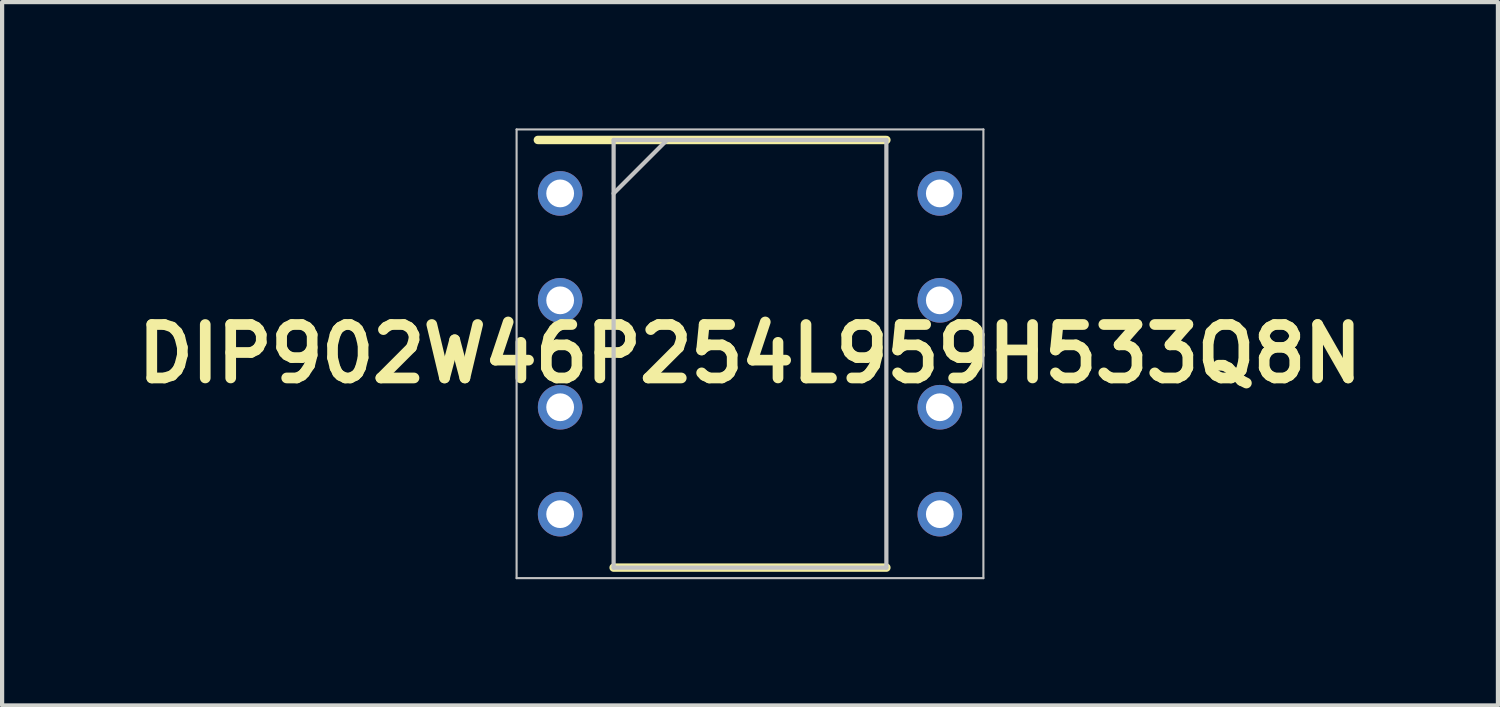
<source format=kicad_pcb>
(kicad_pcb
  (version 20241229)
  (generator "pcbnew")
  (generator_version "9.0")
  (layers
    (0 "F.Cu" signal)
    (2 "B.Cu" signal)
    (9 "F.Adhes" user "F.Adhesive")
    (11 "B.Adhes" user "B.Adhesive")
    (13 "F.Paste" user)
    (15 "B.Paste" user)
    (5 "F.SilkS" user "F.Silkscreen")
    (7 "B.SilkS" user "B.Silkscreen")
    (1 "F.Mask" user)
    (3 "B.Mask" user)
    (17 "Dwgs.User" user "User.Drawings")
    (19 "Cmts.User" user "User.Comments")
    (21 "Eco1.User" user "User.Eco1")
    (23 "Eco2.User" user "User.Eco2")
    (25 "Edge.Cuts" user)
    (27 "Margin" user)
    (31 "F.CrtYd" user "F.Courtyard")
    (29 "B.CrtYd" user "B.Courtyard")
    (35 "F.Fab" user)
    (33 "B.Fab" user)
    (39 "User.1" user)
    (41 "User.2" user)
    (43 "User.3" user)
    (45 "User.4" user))
  (footprint "DIP902W46P254L959H533Q8N"
    (layer "F.Cu")
    (at 14.768 5.355)
    (property "Reference" "DIP902W46P254L959H533Q8N" (at 0 0 0) (layer "F.SilkS") (effects (font (size 1.27 1.27) (thickness 0.254))))
    (attr through_hole)
    (fp_line (start -5.04 -5.08) (end 3.24 -5.08) (stroke (width 0.2) (type solid)) (layer "F.SilkS"))
    (fp_line (start -3.24 5.08) (end 3.24 5.08) (stroke (width 0.2) (type solid)) (layer "F.SilkS"))
    (fp_line (start -5.545 -5.33) (end 5.545 -5.33) (stroke (width 0.05) (type solid)) (layer "Dwgs.User"))
    (fp_line (start -5.545 5.33) (end -5.545 -5.33) (stroke (width 0.05) (type solid)) (layer "Dwgs.User"))
    (fp_line (start -3.24 -5.08) (end 3.24 -5.08) (stroke (width 0.1) (type solid)) (layer "Dwgs.User"))
    (fp_line (start -3.24 -3.81) (end -1.97 -5.08) (stroke (width 0.1) (type solid)) (layer "Dwgs.User"))
    (fp_line (start -3.24 5.08) (end -3.24 -5.08) (stroke (width 0.1) (type solid)) (layer "Dwgs.User"))
    (fp_line (start 3.24 -5.08) (end 3.24 5.08) (stroke (width 0.1) (type solid)) (layer "Dwgs.User"))
    (fp_line (start 3.24 5.08) (end -3.24 5.08) (stroke (width 0.1) (type solid)) (layer "Dwgs.User"))
    (fp_line (start 5.545 -5.33) (end 5.545 5.33) (stroke (width 0.05) (type solid)) (layer "Dwgs.User"))
    (fp_line (start 5.545 5.33) (end -5.545 5.33) (stroke (width 0.05) (type solid)) (layer "Dwgs.User"))
    (pad "1" thru_hole circle (at -4.51 -3.81) (size 1.06 1.06) (drill 0.66) (layers "*.Cu" "*.Mask"))
    (pad "2" thru_hole circle (at -4.51 -1.27) (size 1.06 1.06) (drill 0.66) (layers "*.Cu" "*.Mask"))
    (pad "3" thru_hole circle (at -4.51 1.27) (size 1.06 1.06) (drill 0.66) (layers "*.Cu" "*.Mask"))
    (pad "4" thru_hole circle (at -4.51 3.81) (size 1.06 1.06) (drill 0.66) (layers "*.Cu" "*.Mask"))
    (pad "5" thru_hole circle (at 4.51 3.81) (size 1.06 1.06) (drill 0.66) (layers "*.Cu" "*.Mask"))
    (pad "6" thru_hole circle (at 4.51 1.27) (size 1.06 1.06) (drill 0.66) (layers "*.Cu" "*.Mask"))
    (pad "7" thru_hole circle (at 4.51 -1.27) (size 1.06 1.06) (drill 0.66) (layers "*.Cu" "*.Mask"))
    (pad "8" thru_hole circle (at 4.51 -3.81) (size 1.06 1.06) (drill 0.66) (layers "*.Cu" "*.Mask")))
  (gr_rect
    (start -3 -3)
    (end 32.537 13.71)
    (stroke (width 0.1) (type default))
    (fill no)
    (layer "Edge.Cuts")))
</source>
